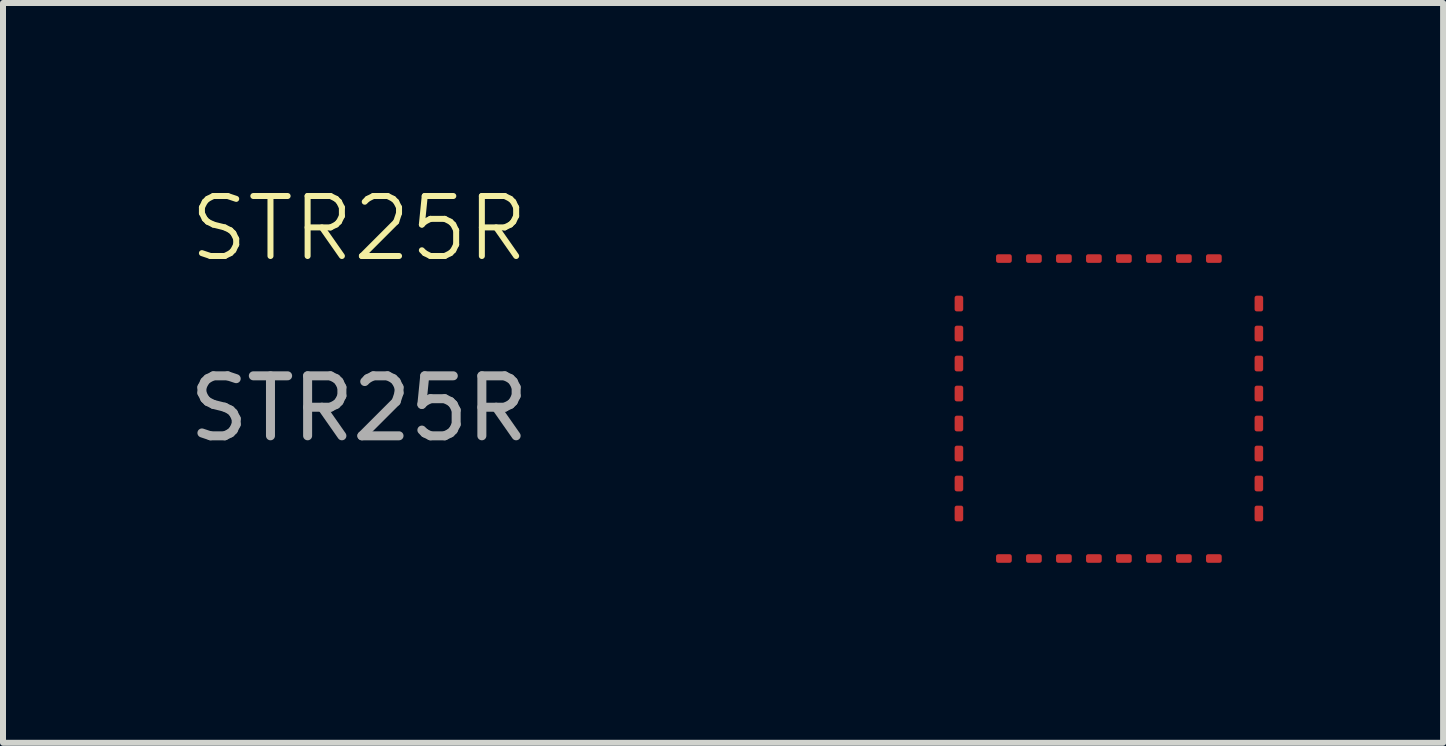
<source format=kicad_pcb>
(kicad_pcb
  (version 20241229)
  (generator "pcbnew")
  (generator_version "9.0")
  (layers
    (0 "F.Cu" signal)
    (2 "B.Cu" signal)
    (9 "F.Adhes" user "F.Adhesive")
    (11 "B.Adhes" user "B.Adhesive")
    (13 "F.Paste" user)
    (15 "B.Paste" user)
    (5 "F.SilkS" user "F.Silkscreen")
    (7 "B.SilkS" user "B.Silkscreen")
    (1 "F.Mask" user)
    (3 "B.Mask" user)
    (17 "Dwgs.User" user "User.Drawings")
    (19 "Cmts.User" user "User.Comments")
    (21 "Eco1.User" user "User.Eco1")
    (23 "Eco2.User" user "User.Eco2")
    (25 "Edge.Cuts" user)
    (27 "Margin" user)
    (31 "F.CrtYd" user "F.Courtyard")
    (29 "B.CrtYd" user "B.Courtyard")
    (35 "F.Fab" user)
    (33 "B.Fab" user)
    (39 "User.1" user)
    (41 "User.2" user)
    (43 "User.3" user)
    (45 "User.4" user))
  (footprint "STR25R"
    (layer "F.Cu")
    (at 2.935 1.26)
    (property "Reference" "STR25R" (at 0 -0.5 0) (unlocked yes) (layer "F.SilkS") (effects (font (size 1 1) (thickness 0.1))))
    (attr smd)
    (fp_text user "${REFERENCE}" (at 0 2.5 0) (unlocked yes) (layer "F.Fab") (effects (font (size 1 1) (thickness 0.15))))
    (pad "1" smd roundrect (at 10 0.75) (size 0.143 0.262) (layers "F.Cu" "F.Mask" "F.Paste") (roundrect_rratio 0.25))
    (pad "2" smd roundrect (at 10 1.25) (size 0.143 0.262) (layers "F.Cu" "F.Mask" "F.Paste") (roundrect_rratio 0.25))
    (pad "3" smd roundrect (at 10 1.75) (size 0.143 0.262) (layers "F.Cu" "F.Mask" "F.Paste") (roundrect_rratio 0.25))
    (pad "4" smd roundrect (at 10 2.25) (size 0.143 0.262) (layers "F.Cu" "F.Mask" "F.Paste") (roundrect_rratio 0.25))
    (pad "5" smd roundrect (at 10 2.75) (size 0.143 0.262) (layers "F.Cu" "F.Mask" "F.Paste") (roundrect_rratio 0.25))
    (pad "6" smd roundrect (at 10 3.25) (size 0.143 0.262) (layers "F.Cu" "F.Mask" "F.Paste") (roundrect_rratio 0.25))
    (pad "7" smd roundrect (at 10 3.75) (size 0.143 0.262) (layers "F.Cu" "F.Mask" "F.Paste") (roundrect_rratio 0.25))
    (pad "8" smd roundrect (at 10 4.25) (size 0.143 0.262) (layers "F.Cu" "F.Mask" "F.Paste") (roundrect_rratio 0.25))
    (pad "9" smd roundrect (at 10.75 5 90) (size 0.143 0.262) (layers "F.Cu" "F.Mask" "F.Paste") (roundrect_rratio 0.25))
    (pad "10" smd roundrect (at 11.25 5 90) (size 0.143 0.262) (layers "F.Cu" "F.Mask" "F.Paste") (roundrect_rratio 0.25))
    (pad "11" smd roundrect (at 11.75 5 90) (size 0.143 0.262) (layers "F.Cu" "F.Mask" "F.Paste") (roundrect_rratio 0.25))
    (pad "12" smd roundrect (at 12.25 5 90) (size 0.143 0.262) (layers "F.Cu" "F.Mask" "F.Paste") (roundrect_rratio 0.25))
    (pad "13" smd roundrect (at 12.75 5 90) (size 0.143 0.262) (layers "F.Cu" "F.Mask" "F.Paste") (roundrect_rratio 0.25))
    (pad "14" smd roundrect (at 13.25 5 90) (size 0.143 0.262) (layers "F.Cu" "F.Mask" "F.Paste") (roundrect_rratio 0.25))
    (pad "15" smd roundrect (at 13.75 5 90) (size 0.143 0.262) (layers "F.Cu" "F.Mask" "F.Paste") (roundrect_rratio 0.25))
    (pad "16" smd roundrect (at 14.25 5 90) (size 0.143 0.262) (layers "F.Cu" "F.Mask" "F.Paste") (roundrect_rratio 0.25))
    (pad "17" smd roundrect (at 15 4.25) (size 0.143 0.262) (layers "F.Cu" "F.Mask" "F.Paste") (roundrect_rratio 0.25))
    (pad "18" smd roundrect (at 15 3.75) (size 0.143 0.262) (layers "F.Cu" "F.Mask" "F.Paste") (roundrect_rratio 0.25))
    (pad "19" smd roundrect (at 15 3.25) (size 0.143 0.262) (layers "F.Cu" "F.Mask" "F.Paste") (roundrect_rratio 0.25))
    (pad "20" smd roundrect (at 15 2.75) (size 0.143 0.262) (layers "F.Cu" "F.Mask" "F.Paste") (roundrect_rratio 0.25))
    (pad "21" smd roundrect (at 15 2.25) (size 0.143 0.262) (layers "F.Cu" "F.Mask" "F.Paste") (roundrect_rratio 0.25))
    (pad "22" smd roundrect (at 15 1.75) (size 0.143 0.262) (layers "F.Cu" "F.Mask" "F.Paste") (roundrect_rratio 0.25))
    (pad "23" smd roundrect (at 15 1.25) (size 0.143 0.262) (layers "F.Cu" "F.Mask" "F.Paste") (roundrect_rratio 0.25))
    (pad "24" smd roundrect (at 15 0.75) (size 0.143 0.262) (layers "F.Cu" "F.Mask" "F.Paste") (roundrect_rratio 0.25))
    (pad "25" smd roundrect (at 14.25 0 90) (size 0.143 0.262) (layers "F.Cu" "F.Mask" "F.Paste") (roundrect_rratio 0.25))
    (pad "26" smd roundrect (at 13.75 0 90) (size 0.143 0.262) (layers "F.Cu" "F.Mask" "F.Paste") (roundrect_rratio 0.25))
    (pad "27" smd roundrect (at 13.25 0 90) (size 0.143 0.262) (layers "F.Cu" "F.Mask" "F.Paste") (roundrect_rratio 0.25))
    (pad "28" smd roundrect (at 12.75 0 90) (size 0.143 0.262) (layers "F.Cu" "F.Mask" "F.Paste") (roundrect_rratio 0.25))
    (pad "29" smd roundrect (at 12.25 0 90) (size 0.143 0.262) (layers "F.Cu" "F.Mask" "F.Paste") (roundrect_rratio 0.25))
    (pad "30" smd roundrect (at 11.75 0 90) (size 0.143 0.262) (layers "F.Cu" "F.Mask" "F.Paste") (roundrect_rratio 0.25))
    (pad "31" smd roundrect (at 11.25 0 90) (size 0.143 0.262) (layers "F.Cu" "F.Mask" "F.Paste") (roundrect_rratio 0.25))
    (pad "32" smd roundrect (at 10.75 0 90) (size 0.143 0.262) (layers "F.Cu" "F.Mask" "F.Paste") (roundrect_rratio 0.25))
    (zone (net_name "") (layer "F.SilkS") (name "surface") (hatch edge 0.5) (connect_pads) (min_thickness 0.25) (filled_areas_thickness no) (keepout (tracks not_allowed) (vias not_allowed) (pads not_allowed) (copperpour allowed) (footprints allowed)) (placement (enabled no)) (fill) (polygon (pts (xy 12.935 6.261) (xy 17.935 6.261) (xy 17.935 1.26) (xy 12.935 1.26)))))
  (gr_rect
    (start -3 -3)
    (end 21.006 9.332)
    (stroke (width 0.1) (type default))
    (fill no)
    (layer "Edge.Cuts")))
</source>
